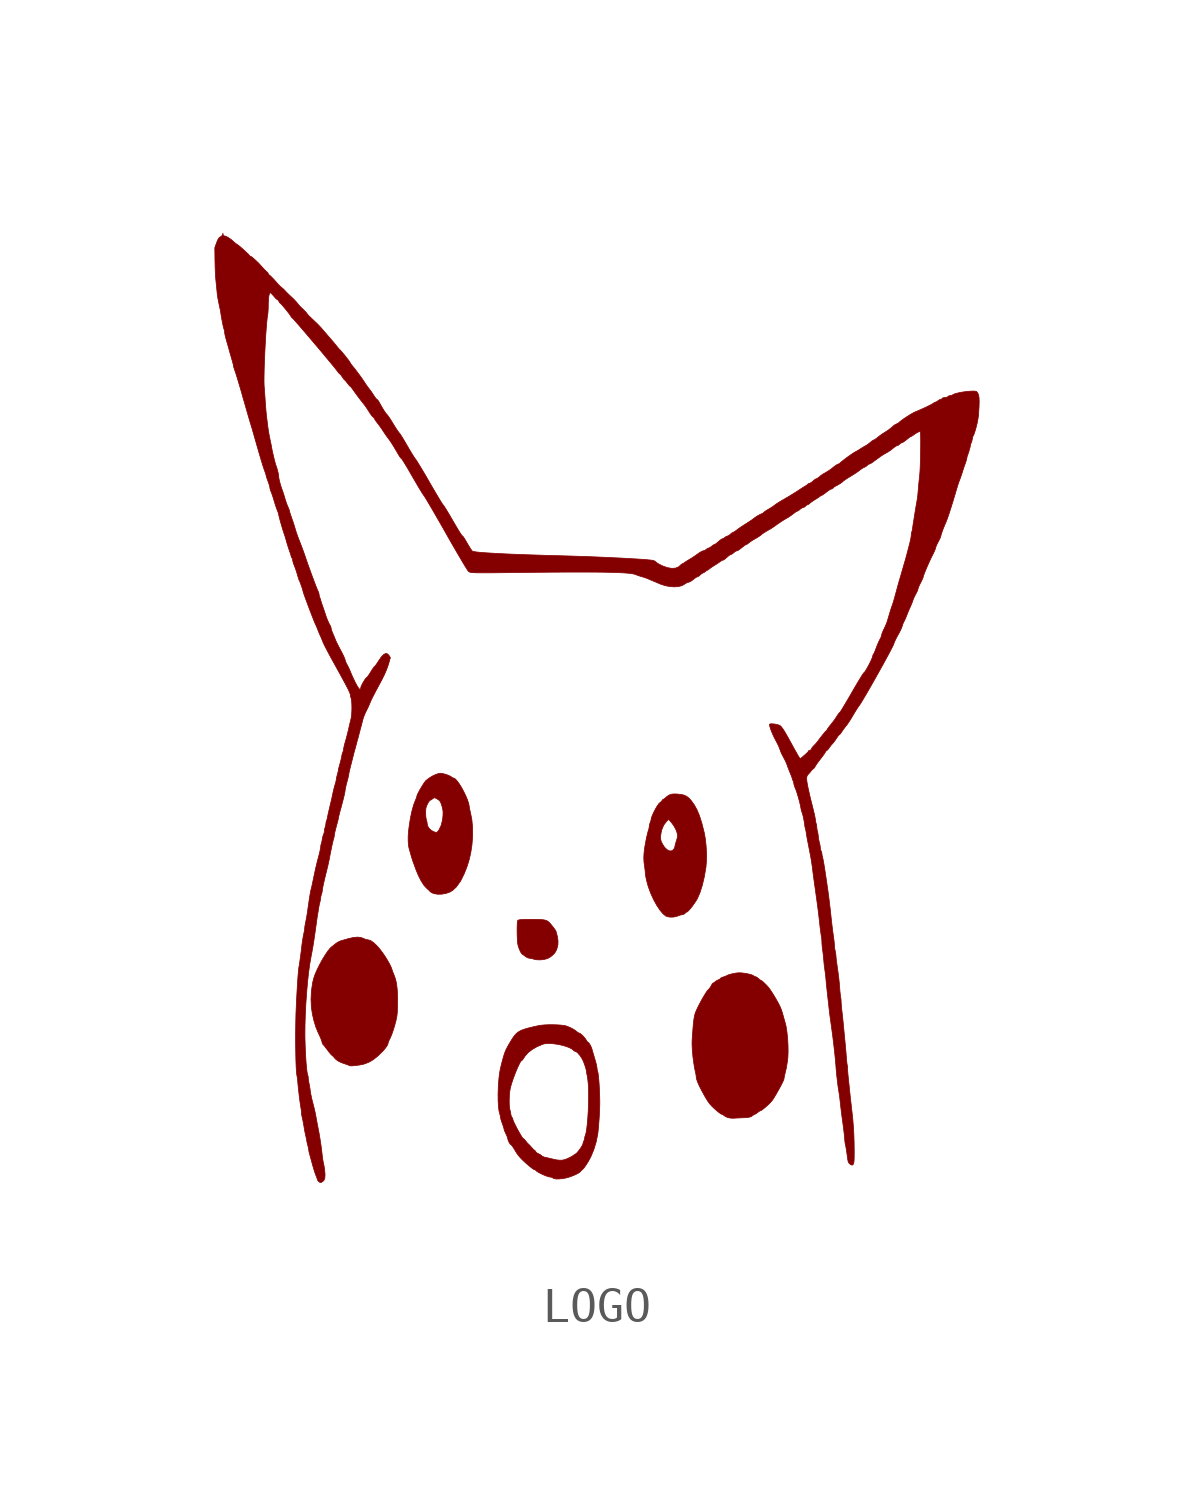
<source format=kicad_sym>
(kicad_symbol_lib
  (version 20210619)
  (generator bitmap2component)
  (symbol "LOGO"
    (pin_names
      (offset 1.016))
    (property "Reference" "#G"
      (at 0 14.36 0)
      (effects (font (size 1.27 1.27)) hide))
    (symbol "LOGO_0_0"
      (polyline (pts (xy -8.028 -13.975) (xy -7.985 -13.952) (xy -7.949 -13.916) (xy -7.922 -13.845) (xy -7.917 -13.74) (xy -7.93 -13.598) (xy -7.942 -13.521) (xy -7.957 -13.437) (xy -7.969 -13.386) (xy -7.973 -13.368) (xy -7.985 -13.298) (xy -7.996 -13.212) (xy -8.012 -13.068) (xy -8.035 -12.892) (xy -8.063 -12.71) (xy -8.091 -12.542) (xy -8.117 -12.406) (xy -8.117 -12.405) (xy -8.135 -12.317) (xy -8.156 -12.203) (xy -8.177 -12.086) (xy -8.178 -12.08) (xy -8.203 -11.951) (xy -8.236 -11.808) (xy -8.269 -11.68) (xy -8.275 -11.659) (xy -8.304 -11.541) (xy -8.328 -11.425) (xy -8.343 -11.333) (xy -8.349 -11.284) (xy -8.365 -11.185) (xy -8.38 -11.108) (xy -8.38 -11.108) (xy -8.395 -11.03) (xy -8.402 -10.96) (xy -8.405 -10.915) (xy -8.419 -10.865) (xy -8.426 -10.847) (xy -8.438 -10.777) (xy -8.451 -10.665) (xy -8.464 -10.523) (xy -8.475 -10.356) (xy -8.485 -10.175) (xy -8.492 -9.989) (xy -8.497 -9.805) (xy -8.498 -9.632) (xy -8.496 -9.445) (xy -8.487 -9.133) (xy -8.471 -8.813) (xy -8.449 -8.494) (xy -8.422 -8.188) (xy -8.391 -7.904) (xy -8.356 -7.652) (xy -8.319 -7.444) (xy -8.299 -7.341) (xy -8.27 -7.179) (xy -8.24 -6.993) (xy -8.211 -6.796) (xy -8.184 -6.604) (xy -8.17 -6.502) (xy -8.154 -6.387) (xy -8.141 -6.296) (xy -8.133 -6.243) (xy -8.129 -6.224) (xy -8.116 -6.146) (xy -8.102 -6.056) (xy -8.097 -6.028) (xy -8.08 -5.936) (xy -8.062 -5.866) (xy -8.048 -5.805) (xy -8.041 -5.746) (xy -8.036 -5.706) (xy -8.019 -5.644) (xy -8.005 -5.604) (xy -7.997 -5.552) (xy -7.995 -5.529) (xy -7.982 -5.45) (xy -7.957 -5.33) (xy -7.92 -5.172) (xy -7.873 -4.981) (xy -7.861 -4.932) (xy -7.833 -4.814) (xy -7.81 -4.709) (xy -7.794 -4.634) (xy -7.772 -4.515) (xy -7.747 -4.389) (xy -7.722 -4.268) (xy -7.699 -4.163) (xy -7.68 -4.085) (xy -7.669 -4.047) (xy -7.668 -4.045) (xy -7.655 -3.995) (xy -7.644 -3.924) (xy -7.632 -3.854) (xy -7.609 -3.759) (xy -7.582 -3.658) (xy -7.579 -3.646) (xy -7.555 -3.559) (xy -7.538 -3.491) (xy -7.532 -3.457) (xy -7.531 -3.453) (xy -7.523 -3.41) (xy -7.505 -3.336) (xy -7.481 -3.243) (xy -7.467 -3.193) (xy -7.417 -3.007) (xy -7.38 -2.863) (xy -7.355 -2.757) (xy -7.341 -2.687) (xy -7.336 -2.646) (xy -7.336 -2.64) (xy -7.327 -2.587) (xy -7.309 -2.505) (xy -7.284 -2.409) (xy -7.278 -2.387) (xy -7.254 -2.296) (xy -7.238 -2.225) (xy -7.231 -2.188) (xy -7.227 -2.158) (xy -7.213 -2.091) (xy -7.193 -2.006) (xy -7.186 -1.978) (xy -7.147 -1.827) (xy -7.119 -1.715) (xy -7.098 -1.633) (xy -7.083 -1.574) (xy -7.07 -1.522) (xy -7.054 -1.467) (xy -7.05 -1.456) (xy -7.034 -1.397) (xy -7.014 -1.321) (xy -7.008 -1.296) (xy -6.989 -1.223) (xy -6.975 -1.174) (xy -6.962 -1.133) (xy -6.945 -1.067) (xy -6.933 -1.019) (xy -6.911 -0.935) (xy -6.886 -0.84) (xy -6.865 -0.761) (xy -6.839 -0.662) (xy -6.82 -0.587) (xy -6.797 -0.52) (xy -6.762 -0.434) (xy -6.721 -0.347) (xy -6.679 -0.263) (xy -6.637 -0.169) (xy -6.605 -0.093) (xy -6.59 -0.057) (xy -6.553 0.02) (xy -6.503 0.118) (xy -6.444 0.231) (xy -6.38 0.349) (xy -6.373 0.362) (xy -6.279 0.538) (xy -6.204 0.689) (xy -6.145 0.824) (xy -6.098 0.951) (xy -6.059 1.079) (xy -6.03 1.187) (xy -6.069 1.247) (xy -6.103 1.287) (xy -6.157 1.306) (xy -6.22 1.278) (xy -6.292 1.204) (xy -6.375 1.083) (xy -6.388 1.061) (xy -6.431 0.996) (xy -6.465 0.951) (xy -6.483 0.934) (xy -6.488 0.931) (xy -6.513 0.901) (xy -6.551 0.846) (xy -6.596 0.774) (xy -6.615 0.743) (xy -6.658 0.677) (xy -6.692 0.63) (xy -6.711 0.613) (xy -6.712 0.613) (xy -6.736 0.592) (xy -6.771 0.543) (xy -6.811 0.478) (xy -6.848 0.41) (xy -6.876 0.351) (xy -6.886 0.312) (xy -6.889 0.283) (xy -6.907 0.266) (xy -6.938 0.291) (xy -6.983 0.356) (xy -7.039 0.46) (xy -7.058 0.498) (xy -7.107 0.601) (xy -7.151 0.699) (xy -7.182 0.774) (xy -7.197 0.811) (xy -7.24 0.906) (xy -7.282 0.986) (xy -7.3 1.018) (xy -7.326 1.078) (xy -7.337 1.119) (xy -7.337 1.12) (xy -7.347 1.155) (xy -7.375 1.219) (xy -7.415 1.303) (xy -7.465 1.397) (xy -7.515 1.492) (xy -7.562 1.584) (xy -7.598 1.658) (xy -7.618 1.704) (xy -7.628 1.731) (xy -7.658 1.805) (xy -7.692 1.884) (xy -7.71 1.926) (xy -7.733 1.992) (xy -7.742 2.036) (xy -7.747 2.067) (xy -7.768 2.113) (xy -7.771 2.116) (xy -7.802 2.173) (xy -7.841 2.259) (xy -7.88 2.358) (xy -7.912 2.455) (xy -7.928 2.502) (xy -7.958 2.593) (xy -7.991 2.686) (xy -8.014 2.751) (xy -8.034 2.815) (xy -8.042 2.849) (xy -8.045 2.869) (xy -8.064 2.908) (xy -8.076 2.934) (xy -8.087 2.995) (xy -8.095 3.047) (xy -8.119 3.106) (xy -8.134 3.138) (xy -8.164 3.212) (xy -8.204 3.315) (xy -8.252 3.442) (xy -8.304 3.582) (xy -8.357 3.728) (xy -8.409 3.873) (xy -8.456 4.006) (xy -8.495 4.122) (xy -8.509 4.163) (xy -8.552 4.283) (xy -8.601 4.414) (xy -8.648 4.536) (xy -8.671 4.594) (xy -8.714 4.709) (xy -8.751 4.815) (xy -8.775 4.896) (xy -8.776 4.898) (xy -8.803 4.989) (xy -8.839 5.101) (xy -8.877 5.208) (xy -8.885 5.23) (xy -8.914 5.314) (xy -8.934 5.379) (xy -8.942 5.413) (xy -8.942 5.417) (xy -8.954 5.458) (xy -8.977 5.514) (xy -9.012 5.596) (xy -9.057 5.722) (xy -9.092 5.841) (xy -9.1 5.868) (xy -9.123 5.941) (xy -9.152 6.022) (xy -9.154 6.027) (xy -9.194 6.142) (xy -9.226 6.257) (xy -9.249 6.357) (xy -9.257 6.428) (xy -9.258 6.441) (xy -9.268 6.507) (xy -9.289 6.593) (xy -9.314 6.681) (xy -9.339 6.75) (xy -9.341 6.755) (xy -9.356 6.806) (xy -9.378 6.889) (xy -9.402 6.989) (xy -9.426 7.091) (xy -9.446 7.181) (xy -9.457 7.244) (xy -9.458 7.246) (xy -9.467 7.3) (xy -9.484 7.385) (xy -9.505 7.484) (xy -9.518 7.546) (xy -9.537 7.645) (xy -9.553 7.74) (xy -9.569 7.849) (xy -9.587 7.991) (xy -9.589 8.011) (xy -9.609 8.176) (xy -9.623 8.318) (xy -9.635 8.461) (xy -9.647 8.631) (xy -9.651 8.695) (xy -9.66 8.824) (xy -9.668 8.938) (xy -9.675 9.018) (xy -9.677 9.044) (xy -9.68 9.15) (xy -9.679 9.297) (xy -9.676 9.474) (xy -9.67 9.674) (xy -9.661 9.889) (xy -9.651 10.109) (xy -9.639 10.327) (xy -9.627 10.534) (xy -9.613 10.721) (xy -9.6 10.88) (xy -9.587 11.003) (xy -9.574 11.081) (xy -9.573 11.088) (xy -9.565 11.157) (xy -9.559 11.257) (xy -9.557 11.369) (xy -9.556 11.431) (xy -9.549 11.565) (xy -9.534 11.661) (xy -9.513 11.715) (xy -9.487 11.721) (xy -9.47 11.706) (xy -9.433 11.666) (xy -9.388 11.615) (xy -9.354 11.576) (xy -9.317 11.54) (xy -9.295 11.526) (xy -9.276 11.513) (xy -9.249 11.473) (xy -9.228 11.437) (xy -9.21 11.419) (xy -9.2 11.413) (xy -9.169 11.381) (xy -9.124 11.33) (xy -9.071 11.267) (xy -9.017 11.2) (xy -8.967 11.136) (xy -8.927 11.082) (xy -8.905 11.047) (xy -8.882 11.011) (xy -8.859 10.992) (xy -8.859 10.992) (xy -8.843 10.977) (xy -8.805 10.936) (xy -8.748 10.871) (xy -8.674 10.787) (xy -8.588 10.687) (xy -8.491 10.574) (xy -8.386 10.451) (xy -8.277 10.323) (xy -8.166 10.192) (xy -8.056 10.062) (xy -7.95 9.935) (xy -7.852 9.817) (xy -7.763 9.71) (xy -7.686 9.617) (xy -7.625 9.542) (xy -7.583 9.488) (xy -7.561 9.459) (xy -7.561 9.459) (xy -7.526 9.411) (xy -7.494 9.381) (xy -7.485 9.376) (xy -7.451 9.339) (xy -7.414 9.285) (xy -7.4 9.263) (xy -7.37 9.221) (xy -7.352 9.205) (xy -7.34 9.196) (xy -7.309 9.162) (xy -7.27 9.111) (xy -7.24 9.072) (xy -7.206 9.033) (xy -7.187 9.018) (xy -7.176 9.01) (xy -7.147 8.976) (xy -7.109 8.924) (xy -7.095 8.904) (xy -7.024 8.804) (xy -6.945 8.697) (xy -6.868 8.597) (xy -6.804 8.517) (xy -6.797 8.509) (xy -6.754 8.451) (xy -6.701 8.374) (xy -6.648 8.292) (xy -6.631 8.264) (xy -6.587 8.2) (xy -6.553 8.155) (xy -6.534 8.138) (xy -6.514 8.123) (xy -6.487 8.081) (xy -6.474 8.057) (xy -6.436 8.001) (xy -6.391 7.944) (xy -6.385 7.935) (xy -6.337 7.873) (xy -6.281 7.793) (xy -6.226 7.71) (xy -6.212 7.689) (xy -6.161 7.613) (xy -6.115 7.548) (xy -6.083 7.507) (xy -6.083 7.506) (xy -6.047 7.459) (xy -5.995 7.381) (xy -5.932 7.28) (xy -5.862 7.163) (xy -5.789 7.037) (xy -5.766 7) (xy -5.734 6.955) (xy -5.712 6.937) (xy -5.712 6.937) (xy -5.696 6.917) (xy -5.661 6.865) (xy -5.611 6.785) (xy -5.549 6.682) (xy -5.478 6.561) (xy -5.401 6.426) (xy -5.323 6.293) (xy -5.248 6.164) (xy -5.18 6.05) (xy -5.123 5.957) (xy -5.08 5.891) (xy -5.056 5.857) (xy -5.047 5.845) (xy -5.016 5.796) (xy -4.968 5.716) (xy -4.903 5.607) (xy -4.824 5.473) (xy -4.735 5.318) (xy -4.636 5.146) (xy -4.529 4.961) (xy -4.418 4.765) (xy -4.358 4.658) (xy -4.249 4.468) (xy -4.146 4.289) (xy -4.051 4.127) (xy -3.967 3.984) (xy -3.895 3.864) (xy -3.838 3.771) (xy -3.798 3.708) (xy -3.777 3.68) (xy -3.772 3.675) (xy -3.76 3.666) (xy -3.747 3.659) (xy -3.73 3.652) (xy -3.706 3.647) (xy -3.674 3.642) (xy -3.632 3.639) (xy -3.578 3.636) (xy -3.51 3.635) (xy -3.426 3.634) (xy -3.324 3.634) (xy -3.201 3.634) (xy -3.057 3.635) (xy -2.888 3.637) (xy -2.694 3.639) (xy -2.471 3.642) (xy -2.425 3.642) (xy -2.029 3.647) (xy -1.661 3.65) (xy -1.322 3.653) (xy -1.01 3.655) (xy -0.723 3.656) (xy -0.462 3.656) (xy -0.225 3.655) (xy -0.011 3.654) (xy 0.18 3.651) (xy 0.35 3.647) (xy 0.5 3.643) (xy 0.63 3.637) (xy 0.742 3.631) (xy 0.836 3.623) (xy 0.914 3.615) (xy 0.976 3.605) (xy 1.024 3.594) (xy 1.058 3.583) (xy 1.058 3.583) (xy 1.103 3.564) (xy 1.165 3.543) (xy 1.23 3.523) (xy 1.232 3.523) (xy 1.295 3.504) (xy 1.354 3.484) (xy 1.395 3.468) (xy 1.434 3.451) (xy 1.491 3.427) (xy 1.553 3.401) (xy 1.609 3.378) (xy 1.681 3.348) (xy 1.74 3.322) (xy 1.778 3.306) (xy 1.91 3.263) (xy 2.042 3.238) (xy 2.17 3.229) (xy 2.287 3.237) (xy 2.387 3.262) (xy 2.466 3.305) (xy 2.491 3.323) (xy 2.542 3.351) (xy 2.582 3.362) (xy 2.615 3.372) (xy 2.666 3.401) (xy 2.721 3.442) (xy 2.772 3.482) (xy 2.817 3.511) (xy 2.845 3.522) (xy 2.849 3.522) (xy 2.882 3.54) (xy 2.922 3.575) (xy 2.929 3.582) (xy 2.968 3.615) (xy 2.997 3.629) (xy 3.028 3.64) (xy 3.066 3.669) (xy 3.067 3.669) (xy 3.102 3.697) (xy 3.126 3.709) (xy 3.15 3.72) (xy 3.184 3.747) (xy 3.189 3.751) (xy 3.227 3.78) (xy 3.281 3.817) (xy 3.342 3.855) (xy 3.352 3.861) (xy 3.414 3.9) (xy 3.468 3.937) (xy 3.506 3.964) (xy 3.507 3.965) (xy 3.548 3.991) (xy 3.582 4.002) (xy 3.603 4.01) (xy 3.644 4.039) (xy 3.692 4.082) (xy 3.731 4.117) (xy 3.775 4.149) (xy 3.804 4.162) (xy 3.811 4.163) (xy 3.847 4.181) (xy 3.89 4.216) (xy 3.901 4.226) (xy 3.943 4.257) (xy 3.975 4.269) (xy 3.979 4.269) (xy 3.996 4.273) (xy 4.019 4.285) (xy 4.054 4.309) (xy 4.106 4.348) (xy 4.179 4.407) (xy 4.196 4.419) (xy 4.235 4.445) (xy 4.26 4.456) (xy 4.284 4.466) (xy 4.319 4.495) (xy 4.336 4.509) (xy 4.381 4.541) (xy 4.441 4.579) (xy 4.508 4.619) (xy 4.555 4.645) (xy 4.612 4.681) (xy 4.654 4.709) (xy 4.675 4.726) (xy 4.688 4.739) (xy 4.728 4.769) (xy 4.787 4.808) (xy 4.858 4.851) (xy 4.936 4.894) (xy 4.956 4.906) (xy 5.011 4.941) (xy 5.077 4.987) (xy 5.146 5.036) (xy 5.175 5.056) (xy 5.255 5.111) (xy 5.335 5.162) (xy 5.401 5.201) (xy 5.467 5.239) (xy 5.543 5.29) (xy 5.608 5.339) (xy 5.658 5.377) (xy 5.7 5.405) (xy 5.724 5.416) (xy 5.732 5.418) (xy 5.765 5.436) (xy 5.806 5.47) (xy 5.819 5.481) (xy 5.865 5.511) (xy 5.9 5.523) (xy 5.926 5.53) (xy 5.965 5.562) (xy 5.988 5.586) (xy 6.024 5.602) (xy 6.048 5.61) (xy 6.084 5.639) (xy 6.089 5.645) (xy 6.123 5.673) (xy 6.174 5.709) (xy 6.234 5.747) (xy 6.251 5.757) (xy 6.308 5.793) (xy 6.354 5.824) (xy 6.38 5.844) (xy 6.396 5.857) (xy 6.427 5.87) (xy 6.431 5.871) (xy 6.461 5.888) (xy 6.507 5.92) (xy 6.563 5.963) (xy 6.579 5.976) (xy 6.636 6.017) (xy 6.683 6.046) (xy 6.712 6.056) (xy 6.734 6.062) (xy 6.761 6.085) (xy 6.763 6.087) (xy 6.789 6.113) (xy 6.828 6.137) (xy 6.854 6.149) (xy 6.915 6.183) (xy 6.974 6.219) (xy 7.021 6.253) (xy 7.048 6.279) (xy 7.051 6.282) (xy 7.078 6.303) (xy 7.126 6.336) (xy 7.189 6.377) (xy 7.262 6.421) (xy 7.27 6.426) (xy 7.349 6.475) (xy 7.425 6.524) (xy 7.488 6.567) (xy 7.53 6.6) (xy 7.557 6.621) (xy 7.613 6.659) (xy 7.661 6.682) (xy 7.667 6.684) (xy 7.713 6.709) (xy 7.748 6.739) (xy 7.772 6.762) (xy 7.804 6.777) (xy 7.806 6.777) (xy 7.839 6.789) (xy 7.88 6.814) (xy 7.904 6.832) (xy 7.956 6.87) (xy 8.012 6.91) (xy 8.046 6.935) (xy 8.1 6.974) (xy 8.139 7.003) (xy 8.142 7.005) (xy 8.18 7.03) (xy 8.236 7.064) (xy 8.297 7.098) (xy 8.363 7.137) (xy 8.435 7.187) (xy 8.495 7.235) (xy 8.537 7.269) (xy 8.584 7.299) (xy 8.616 7.311) (xy 8.642 7.318) (xy 8.68 7.35) (xy 8.703 7.373) (xy 8.737 7.39) (xy 8.752 7.393) (xy 8.776 7.404) (xy 8.812 7.428) (xy 8.864 7.467) (xy 8.938 7.526) (xy 8.958 7.541) (xy 8.996 7.567) (xy 9.019 7.577) (xy 9.02 7.577) (xy 9.045 7.589) (xy 9.082 7.615) (xy 9.105 7.632) (xy 9.167 7.674) (xy 9.222 7.703) (xy 9.261 7.715) (xy 9.28 7.708) (xy 9.285 7.666) (xy 9.288 7.581) (xy 9.289 7.461) (xy 9.289 7.318) (xy 9.287 7.159) (xy 9.284 6.996) (xy 9.28 6.837) (xy 9.275 6.692) (xy 9.269 6.571) (xy 9.262 6.483) (xy 9.261 6.468) (xy 9.247 6.337) (xy 9.237 6.239) (xy 9.229 6.156) (xy 9.222 6.07) (xy 9.213 5.963) (xy 9.207 5.893) (xy 9.195 5.794) (xy 9.184 5.723) (xy 9.18 5.703) (xy 9.166 5.625) (xy 9.148 5.519) (xy 9.129 5.403) (xy 9.121 5.354) (xy 9.103 5.24) (xy 9.088 5.144) (xy 9.078 5.083) (xy 9.066 5.007) (xy 9.054 4.916) (xy 9.054 4.912) (xy 9.043 4.849) (xy 9.031 4.815) (xy 9.022 4.791) (xy 9.017 4.735) (xy 9.017 4.724) (xy 9.008 4.651) (xy 8.992 4.57) (xy 8.99 4.561) (xy 8.969 4.475) (xy 8.942 4.37) (xy 8.913 4.259) (xy 8.886 4.156) (xy 8.864 4.075) (xy 8.851 4.029) (xy 8.843 3.999) (xy 8.822 3.929) (xy 8.794 3.833) (xy 8.762 3.722) (xy 8.735 3.629) (xy 8.706 3.529) (xy 8.684 3.454) (xy 8.672 3.415) (xy 8.671 3.412) (xy 8.658 3.366) (xy 8.635 3.284) (xy 8.606 3.177) (xy 8.573 3.055) (xy 8.567 3.034) (xy 8.534 2.913) (xy 8.504 2.809) (xy 8.48 2.732) (xy 8.467 2.694) (xy 8.467 2.693) (xy 8.457 2.671) (xy 8.445 2.634) (xy 8.426 2.577) (xy 8.4 2.492) (xy 8.365 2.374) (xy 8.317 2.215) (xy 8.3 2.168) (xy 8.268 2.094) (xy 8.23 2.014) (xy 8.197 1.944) (xy 8.171 1.879) (xy 8.162 1.839) (xy 8.161 1.827) (xy 8.144 1.777) (xy 8.115 1.719) (xy 8.112 1.715) (xy 8.08 1.65) (xy 8.04 1.559) (xy 8.002 1.461) (xy 7.993 1.436) (xy 7.962 1.357) (xy 7.937 1.302) (xy 7.923 1.281) (xy 7.913 1.267) (xy 7.901 1.221) (xy 7.895 1.197) (xy 7.871 1.137) (xy 7.835 1.059) (xy 7.791 0.973) (xy 7.745 0.889) (xy 7.703 0.817) (xy 7.669 0.766) (xy 7.648 0.747) (xy 7.644 0.744) (xy 7.62 0.712) (xy 7.579 0.648) (xy 7.524 0.558) (xy 7.456 0.446) (xy 7.38 0.316) (xy 7.298 0.174) (xy 7.263 0.113) (xy 7.183 -0.025) (xy 7.11 -0.147) (xy 7.048 -0.251) (xy 6.999 -0.331) (xy 6.966 -0.382) (xy 6.951 -0.4) (xy 6.937 -0.41) (xy 6.906 -0.45) (xy 6.868 -0.508) (xy 6.868 -0.508) (xy 6.822 -0.579) (xy 6.763 -0.66) (xy 6.705 -0.734) (xy 6.695 -0.746) (xy 6.646 -0.807) (xy 6.607 -0.86) (xy 6.586 -0.893) (xy 6.574 -0.916) (xy 6.555 -0.934) (xy 6.555 -0.934) (xy 6.535 -0.952) (xy 6.496 -0.998) (xy 6.441 -1.066) (xy 6.375 -1.152) (xy 6.3 -1.251) (xy 6.291 -1.263) (xy 6.248 -1.312) (xy 6.2 -1.36) (xy 6.183 -1.378) (xy 6.148 -1.421) (xy 6.13 -1.456) (xy 6.116 -1.48) (xy 6.084 -1.494) (xy 6.059 -1.499) (xy 6.046 -1.514) (xy 6.046 -1.515) (xy 6.04 -1.529) (xy 6.022 -1.551) (xy 5.987 -1.585) (xy 5.933 -1.633) (xy 5.854 -1.701) (xy 5.851 -1.705) (xy 5.823 -1.725) (xy 5.803 -1.724) (xy 5.779 -1.698) (xy 5.744 -1.639) (xy 5.728 -1.61) (xy 5.683 -1.53) (xy 5.629 -1.434) (xy 5.576 -1.337) (xy 5.556 -1.301) (xy 5.469 -1.142) (xy 5.398 -1.017) (xy 5.342 -0.923) (xy 5.296 -0.855) (xy 5.26 -0.809) (xy 5.229 -0.78) (xy 5.201 -0.766) (xy 5.159 -0.753) (xy 5.09 -0.737) (xy 5.026 -0.729) (xy 4.972 -0.727) (xy 4.935 -0.732) (xy 4.921 -0.746) (xy 4.93 -0.801) (xy 4.956 -0.886) (xy 4.997 -0.989) (xy 5.047 -1.101) (xy 5.103 -1.21) (xy 5.125 -1.25) (xy 5.17 -1.34) (xy 5.206 -1.42) (xy 5.226 -1.476) (xy 5.247 -1.535) (xy 5.283 -1.614) (xy 5.326 -1.694) (xy 5.366 -1.77) (xy 5.404 -1.849) (xy 5.428 -1.911) (xy 5.448 -1.968) (xy 5.481 -2.054) (xy 5.517 -2.143) (xy 5.519 -2.147) (xy 5.55 -2.224) (xy 5.573 -2.285) (xy 5.581 -2.317) (xy 5.585 -2.336) (xy 5.604 -2.375) (xy 5.615 -2.399) (xy 5.626 -2.457) (xy 5.627 -2.471) (xy 5.642 -2.528) (xy 5.669 -2.594) (xy 5.686 -2.634) (xy 5.718 -2.728) (xy 5.753 -2.846) (xy 5.787 -2.969) (xy 5.814 -3.082) (xy 5.83 -3.168) (xy 5.841 -3.226) (xy 5.859 -3.282) (xy 5.863 -3.29) (xy 5.883 -3.355) (xy 5.905 -3.448) (xy 5.924 -3.55) (xy 5.937 -3.642) (xy 5.946 -3.705) (xy 5.957 -3.75) (xy 5.96 -3.757) (xy 5.972 -3.809) (xy 5.984 -3.883) (xy 5.985 -3.891) (xy 6.001 -3.99) (xy 6.017 -4.082) (xy 6.024 -4.115) (xy 6.043 -4.21) (xy 6.062 -4.309) (xy 6.07 -4.352) (xy 6.09 -4.453) (xy 6.106 -4.536) (xy 6.12 -4.612) (xy 6.142 -4.748) (xy 6.159 -4.869) (xy 6.164 -4.91) (xy 6.177 -5.016) (xy 6.193 -5.14) (xy 6.214 -5.291) (xy 6.241 -5.483) (xy 6.25 -5.546) (xy 6.277 -5.745) (xy 6.3 -5.908) (xy 6.318 -6.046) (xy 6.334 -6.173) (xy 6.349 -6.3) (xy 6.365 -6.439) (xy 6.383 -6.604) (xy 6.396 -6.705) (xy 6.409 -6.801) (xy 6.42 -6.865) (xy 6.421 -6.869) (xy 6.432 -6.95) (xy 6.436 -7.041) (xy 6.437 -7.073) (xy 6.445 -7.172) (xy 6.457 -7.272) (xy 6.464 -7.316) (xy 6.478 -7.436) (xy 6.489 -7.551) (xy 6.493 -7.605) (xy 6.503 -7.705) (xy 6.513 -7.781) (xy 6.523 -7.85) (xy 6.538 -7.967) (xy 6.552 -8.1) (xy 6.563 -8.231) (xy 6.567 -8.267) (xy 6.576 -8.353) (xy 6.588 -8.466) (xy 6.602 -8.591) (xy 6.611 -8.672) (xy 6.626 -8.801) (xy 6.638 -8.914) (xy 6.647 -8.991) (xy 6.649 -9.012) (xy 6.662 -9.12) (xy 6.675 -9.218) (xy 6.682 -9.267) (xy 6.716 -9.511) (xy 6.75 -9.764) (xy 6.78 -10.012) (xy 6.806 -10.246) (xy 6.827 -10.452) (xy 6.841 -10.619) (xy 6.848 -10.716) (xy 6.864 -10.885) (xy 6.884 -11.058) (xy 6.904 -11.216) (xy 6.923 -11.339) (xy 6.932 -11.394) (xy 6.948 -11.507) (xy 6.961 -11.619) (xy 6.967 -11.674) (xy 6.984 -11.824) (xy 7.002 -11.976) (xy 7.026 -12.153) (xy 7.032 -12.197) (xy 7.052 -12.347) (xy 7.07 -12.49) (xy 7.084 -12.614) (xy 7.093 -12.709) (xy 7.097 -12.763) (xy 7.097 -12.764) (xy 7.103 -12.824) (xy 7.118 -12.896) (xy 7.119 -12.902) (xy 7.133 -12.974) (xy 7.149 -13.076) (xy 7.165 -13.188) (xy 7.166 -13.199) (xy 7.18 -13.303) (xy 7.193 -13.368) (xy 7.21 -13.408) (xy 7.232 -13.434) (xy 7.27 -13.462) (xy 7.304 -13.474) (xy 7.313 -13.473) (xy 7.337 -13.459) (xy 7.354 -13.421) (xy 7.364 -13.353) (xy 7.368 -13.246) (xy 7.369 -13.093) (xy 7.366 -12.834) (xy 7.359 -12.597) (xy 7.346 -12.378) (xy 7.329 -12.16) (xy 7.304 -11.926) (xy 7.298 -11.88) (xy 7.282 -11.733) (xy 7.266 -11.598) (xy 7.254 -11.489) (xy 7.247 -11.419) (xy 7.241 -11.364) (xy 7.23 -11.259) (xy 7.217 -11.13) (xy 7.203 -10.996) (xy 7.191 -10.882) (xy 7.182 -10.78) (xy 7.177 -10.709) (xy 7.177 -10.679) (xy 7.178 -10.651) (xy 7.169 -10.596) (xy 7.16 -10.546) (xy 7.15 -10.455) (xy 7.141 -10.352) (xy 7.136 -10.274) (xy 7.124 -10.133) (xy 7.112 -10.005) (xy 7.105 -9.93) (xy 7.093 -9.803) (xy 7.079 -9.657) (xy 7.065 -9.512) (xy 7.054 -9.396) (xy 7.039 -9.248) (xy 7.025 -9.114) (xy 7.013 -9.014) (xy 7.003 -8.922) (xy 6.995 -8.825) (xy 6.991 -8.756) (xy 6.987 -8.685) (xy 6.975 -8.6) (xy 6.974 -8.597) (xy 6.965 -8.531) (xy 6.955 -8.434) (xy 6.947 -8.324) (xy 6.941 -8.243) (xy 6.927 -8.108) (xy 6.909 -7.957) (xy 6.888 -7.81) (xy 6.871 -7.686) (xy 6.855 -7.569) (xy 6.845 -7.477) (xy 6.841 -7.423) (xy 6.835 -7.361) (xy 6.819 -7.284) (xy 6.804 -7.211) (xy 6.797 -7.126) (xy 6.796 -7.091) (xy 6.787 -6.998) (xy 6.774 -6.899) (xy 6.768 -6.857) (xy 6.75 -6.727) (xy 6.73 -6.566) (xy 6.71 -6.391) (xy 6.691 -6.217) (xy 6.683 -6.139) (xy 6.668 -6.012) (xy 6.651 -5.868) (xy 6.633 -5.725) (xy 6.617 -5.603) (xy 6.598 -5.471) (xy 6.568 -5.259) (xy 6.539 -5.065) (xy 6.513 -4.895) (xy 6.49 -4.757) (xy 6.472 -4.657) (xy 6.46 -4.602) (xy 6.46 -4.6) (xy 6.443 -4.532) (xy 6.436 -4.479) (xy 6.433 -4.451) (xy 6.414 -4.402) (xy 6.401 -4.374) (xy 6.391 -4.312) (xy 6.39 -4.297) (xy 6.38 -4.228) (xy 6.361 -4.149) (xy 6.355 -4.125) (xy 6.338 -4.042) (xy 6.331 -3.975) (xy 6.325 -3.917) (xy 6.309 -3.842) (xy 6.295 -3.783) (xy 6.287 -3.704) (xy 6.283 -3.652) (xy 6.273 -3.617) (xy 6.271 -3.615) (xy 6.26 -3.576) (xy 6.25 -3.51) (xy 6.245 -3.476) (xy 6.235 -3.419) (xy 6.219 -3.342) (xy 6.194 -3.238) (xy 6.16 -3.1) (xy 6.115 -2.921) (xy 6.107 -2.889) (xy 6.086 -2.802) (xy 6.065 -2.708) (xy 6.042 -2.606) (xy 6.015 -2.471) (xy 5.999 -2.372) (xy 5.994 -2.301) (xy 6.001 -2.251) (xy 6.018 -2.214) (xy 6.046 -2.181) (xy 6.051 -2.176) (xy 6.096 -2.126) (xy 6.134 -2.078) (xy 6.164 -2.043) (xy 6.188 -2.028) (xy 6.19 -2.027) (xy 6.213 -2.005) (xy 6.242 -1.958) (xy 6.251 -1.943) (xy 6.287 -1.887) (xy 6.337 -1.818) (xy 6.392 -1.746) (xy 6.414 -1.718) (xy 6.466 -1.649) (xy 6.508 -1.589) (xy 6.533 -1.549) (xy 6.557 -1.512) (xy 6.581 -1.494) (xy 6.587 -1.492) (xy 6.615 -1.465) (xy 6.649 -1.418) (xy 6.658 -1.405) (xy 6.702 -1.345) (xy 6.744 -1.299) (xy 6.767 -1.274) (xy 6.811 -1.216) (xy 6.856 -1.149) (xy 6.888 -1.101) (xy 6.922 -1.057) (xy 6.942 -1.041) (xy 6.948 -1.038) (xy 6.975 -1.009) (xy 7.009 -0.959) (xy 7.034 -0.921) (xy 7.084 -0.852) (xy 7.136 -0.786) (xy 7.157 -0.76) (xy 7.209 -0.685) (xy 7.268 -0.593) (xy 7.325 -0.498) (xy 7.351 -0.452) (xy 7.412 -0.353) (xy 7.47 -0.262) (xy 7.518 -0.194) (xy 7.522 -0.189) (xy 7.558 -0.135) (xy 7.609 -0.051) (xy 7.674 0.058) (xy 7.75 0.187) (xy 7.833 0.332) (xy 7.922 0.488) (xy 8.013 0.649) (xy 8.104 0.812) (xy 8.193 0.971) (xy 8.275 1.122) (xy 8.35 1.26) (xy 8.414 1.38) (xy 8.464 1.477) (xy 8.498 1.546) (xy 8.513 1.583) (xy 8.519 1.603) (xy 8.547 1.671) (xy 8.588 1.754) (xy 8.635 1.841) (xy 8.656 1.877) (xy 8.701 1.964) (xy 8.736 2.04) (xy 8.755 2.094) (xy 8.755 2.095) (xy 8.78 2.171) (xy 8.814 2.241) (xy 8.818 2.247) (xy 8.853 2.32) (xy 8.885 2.401) (xy 8.905 2.453) (xy 8.941 2.541) (xy 8.98 2.628) (xy 9.009 2.694) (xy 9.043 2.778) (xy 9.066 2.841) (xy 9.078 2.877) (xy 9.111 2.952) (xy 9.151 3.027) (xy 9.176 3.073) (xy 9.202 3.131) (xy 9.212 3.169) (xy 9.212 3.171) (xy 9.223 3.209) (xy 9.25 3.272) (xy 9.287 3.346) (xy 9.291 3.354) (xy 9.327 3.425) (xy 9.352 3.482) (xy 9.362 3.512) (xy 9.362 3.517) (xy 9.375 3.562) (xy 9.403 3.637) (xy 9.443 3.734) (xy 9.49 3.844) (xy 9.541 3.959) (xy 9.593 4.07) (xy 9.642 4.168) (xy 9.651 4.184) (xy 9.687 4.26) (xy 9.712 4.322) (xy 9.722 4.358) (xy 9.722 4.359) (xy 9.733 4.397) (xy 9.76 4.458) (xy 9.797 4.531) (xy 9.8 4.536) (xy 9.836 4.607) (xy 9.862 4.664) (xy 9.872 4.696) (xy 9.873 4.707) (xy 9.888 4.76) (xy 9.914 4.837) (xy 9.948 4.928) (xy 9.985 5.018) (xy 10.019 5.096) (xy 10.025 5.11) (xy 10.058 5.194) (xy 10.102 5.322) (xy 10.156 5.49) (xy 10.22 5.694) (xy 10.291 5.931) (xy 10.296 5.95) (xy 10.334 6.076) (xy 10.362 6.167) (xy 10.384 6.235) (xy 10.404 6.29) (xy 10.425 6.345) (xy 10.437 6.375) (xy 10.468 6.465) (xy 10.498 6.558) (xy 10.508 6.593) (xy 10.544 6.701) (xy 10.579 6.798) (xy 10.594 6.841) (xy 10.614 6.906) (xy 10.622 6.946) (xy 10.629 6.987) (xy 10.648 7.044) (xy 10.675 7.118) (xy 10.7 7.204) (xy 10.72 7.279) (xy 10.727 7.326) (xy 10.73 7.347) (xy 10.749 7.389) (xy 10.766 7.431) (xy 10.78 7.499) (xy 10.792 7.558) (xy 10.809 7.597) (xy 10.816 7.607) (xy 10.839 7.664) (xy 10.867 7.753) (xy 10.897 7.861) (xy 10.924 7.974) (xy 10.944 8.08) (xy 10.956 8.164) (xy 10.963 8.247) (xy 10.975 8.44) (xy 10.979 8.589) (xy 10.974 8.699) (xy 10.961 8.774) (xy 10.959 8.779) (xy 10.932 8.839) (xy 10.901 8.873) (xy 10.895 8.876) (xy 10.848 8.883) (xy 10.778 8.884) (xy 10.694 8.879) (xy 10.601 8.87) (xy 10.505 8.857) (xy 10.413 8.84) (xy 10.332 8.822) (xy 10.268 8.803) (xy 10.227 8.783) (xy 10.184 8.761) (xy 10.134 8.751) (xy 10.131 8.751) (xy 10.095 8.743) (xy 10.075 8.725) (xy 10.067 8.716) (xy 10.036 8.703) (xy 9.992 8.698) (xy 9.967 8.696) (xy 9.929 8.687) (xy 9.909 8.671) (xy 9.896 8.655) (xy 9.865 8.645) (xy 9.829 8.633) (xy 9.787 8.605) (xy 9.75 8.577) (xy 9.717 8.565) (xy 9.696 8.559) (xy 9.659 8.536) (xy 9.643 8.524) (xy 9.599 8.498) (xy 9.536 8.466) (xy 9.459 8.428) (xy 9.375 8.389) (xy 9.288 8.35) (xy 9.206 8.314) (xy 9.133 8.284) (xy 9.132 8.284) (xy 9.087 8.262) (xy 9.024 8.227) (xy 8.952 8.183) (xy 8.876 8.135) (xy 8.803 8.086) (xy 8.739 8.04) (xy 8.69 8.003) (xy 8.664 7.978) (xy 8.663 7.976) (xy 8.636 7.956) (xy 8.597 7.937) (xy 8.594 7.936) (xy 8.552 7.916) (xy 8.522 7.896) (xy 8.456 7.838) (xy 8.357 7.76) (xy 8.257 7.695) (xy 8.197 7.658) (xy 8.12 7.604) (xy 8.053 7.552) (xy 8.051 7.55) (xy 8 7.51) (xy 7.958 7.481) (xy 7.934 7.471) (xy 7.917 7.464) (xy 7.878 7.438) (xy 7.831 7.4) (xy 7.794 7.37) (xy 7.743 7.332) (xy 7.704 7.309) (xy 7.703 7.309) (xy 7.666 7.288) (xy 7.613 7.256) (xy 7.554 7.219) (xy 7.494 7.181) (xy 7.437 7.148) (xy 7.396 7.126) (xy 7.382 7.119) (xy 7.338 7.091) (xy 7.279 7.051) (xy 7.211 7.003) (xy 7.14 6.952) (xy 7.073 6.901) (xy 7.016 6.856) (xy 6.974 6.822) (xy 6.955 6.801) (xy 6.944 6.789) (xy 6.912 6.777) (xy 6.899 6.774) (xy 6.859 6.753) (xy 6.798 6.71) (xy 6.714 6.643) (xy 6.678 6.616) (xy 6.619 6.577) (xy 6.551 6.535) (xy 6.489 6.5) (xy 6.473 6.491) (xy 6.417 6.453) (xy 6.362 6.409) (xy 6.34 6.39) (xy 6.298 6.361) (xy 6.271 6.35) (xy 6.257 6.346) (xy 6.22 6.321) (xy 6.175 6.283) (xy 6.149 6.26) (xy 6.103 6.229) (xy 6.071 6.217) (xy 6.048 6.212) (xy 6.023 6.192) (xy 6.021 6.19) (xy 5.995 6.166) (xy 5.956 6.141) (xy 5.931 6.127) (xy 5.877 6.094) (xy 5.821 6.057) (xy 5.797 6.04) (xy 5.718 5.989) (xy 5.623 5.929) (xy 5.519 5.865) (xy 5.415 5.803) (xy 5.319 5.747) (xy 5.314 5.745) (xy 5.201 5.678) (xy 5.109 5.618) (xy 5.034 5.562) (xy 4.997 5.536) (xy 4.943 5.502) (xy 4.883 5.467) (xy 4.879 5.464) (xy 4.825 5.432) (xy 4.782 5.402) (xy 4.759 5.381) (xy 4.756 5.378) (xy 4.726 5.355) (xy 4.684 5.335) (xy 4.652 5.321) (xy 4.585 5.285) (xy 4.517 5.242) (xy 4.463 5.202) (xy 4.459 5.198) (xy 4.421 5.17) (xy 4.354 5.125) (xy 4.261 5.064) (xy 4.141 4.988) (xy 4.126 4.978) (xy 4.076 4.944) (xy 4.018 4.903) (xy 3.942 4.846) (xy 3.93 4.837) (xy 3.891 4.812) (xy 3.866 4.803) (xy 3.861 4.801) (xy 3.831 4.783) (xy 3.792 4.749) (xy 3.781 4.739) (xy 3.737 4.708) (xy 3.702 4.695) (xy 3.671 4.685) (xy 3.631 4.656) (xy 3.598 4.631) (xy 3.562 4.617) (xy 3.538 4.608) (xy 3.495 4.578) (xy 3.446 4.536) (xy 3.404 4.499) (xy 3.363 4.468) (xy 3.338 4.456) (xy 3.329 4.454) (xy 3.295 4.435) (xy 3.252 4.402) (xy 3.235 4.389) (xy 3.191 4.36) (xy 3.159 4.348) (xy 3.13 4.338) (xy 3.091 4.309) (xy 3.057 4.284) (xy 3.01 4.27) (xy 3.001 4.269) (xy 2.961 4.252) (xy 2.905 4.22) (xy 2.845 4.178) (xy 2.837 4.173) (xy 2.763 4.12) (xy 2.685 4.068) (xy 2.618 4.027) (xy 2.559 3.992) (xy 2.504 3.957) (xy 2.466 3.931) (xy 2.463 3.929) (xy 2.426 3.905) (xy 2.403 3.895) (xy 2.397 3.894) (xy 2.369 3.873) (xy 2.331 3.837) (xy 2.291 3.804) (xy 2.205 3.77) (xy 2.099 3.763) (xy 1.977 3.783) (xy 1.843 3.83) (xy 1.78 3.86) (xy 1.718 3.892) (xy 1.673 3.92) (xy 1.649 3.941) (xy 1.641 3.949) (xy 1.605 3.975) (xy 1.559 3.993) (xy 1.522 3.999) (xy 1.455 4.006) (xy 1.362 4.015) (xy 1.246 4.024) (xy 1.11 4.033) (xy 0.955 4.042) (xy 0.784 4.052) (xy 0.6 4.062) (xy 0.404 4.071) (xy 0.199 4.081) (xy -0.013 4.09) (xy -0.228 4.099) (xy -0.446 4.107) (xy -0.664 4.114) (xy -0.878 4.121) (xy -1.088 4.127) (xy -1.285 4.132) (xy -1.604 4.141) (xy -1.903 4.151) (xy -2.182 4.16) (xy -2.439 4.17) (xy -2.675 4.18) (xy -2.888 4.191) (xy -3.077 4.201) (xy -3.241 4.211) (xy -3.38 4.221) (xy -3.492 4.231) (xy -3.577 4.242) (xy -3.633 4.252) (xy -3.661 4.261) (xy -3.677 4.279) (xy -3.714 4.331) (xy -3.76 4.405) (xy -3.811 4.492) (xy -3.848 4.557) (xy -3.891 4.628) (xy -3.924 4.677) (xy -3.941 4.695) (xy -3.946 4.697) (xy -3.96 4.71) (xy -3.982 4.739) (xy -4.014 4.787) (xy -4.058 4.857) (xy -4.116 4.955) (xy -4.192 5.083) (xy -4.286 5.245) (xy -4.291 5.254) (xy -4.356 5.364) (xy -4.414 5.46) (xy -4.461 5.535) (xy -4.495 5.585) (xy -4.51 5.603) (xy -4.518 5.611) (xy -4.545 5.652) (xy -4.589 5.723) (xy -4.648 5.821) (xy -4.718 5.939) (xy -4.797 6.075) (xy -4.883 6.223) (xy -4.935 6.313) (xy -5.021 6.461) (xy -5.101 6.596) (xy -5.172 6.714) (xy -5.231 6.81) (xy -5.274 6.879) (xy -5.3 6.915) (xy -5.32 6.942) (xy -5.363 7.007) (xy -5.419 7.096) (xy -5.482 7.202) (xy -5.548 7.315) (xy -5.599 7.403) (xy -5.658 7.503) (xy -5.709 7.585) (xy -5.747 7.644) (xy -5.769 7.671) (xy -5.771 7.673) (xy -5.797 7.705) (xy -5.838 7.765) (xy -5.89 7.845) (xy -5.947 7.938) (xy -5.955 7.95) (xy -6.011 8.042) (xy -6.062 8.12) (xy -6.102 8.177) (xy -6.125 8.204) (xy -6.129 8.207) (xy -6.165 8.25) (xy -6.216 8.326) (xy -6.277 8.427) (xy -6.343 8.544) (xy -6.363 8.58) (xy -6.395 8.626) (xy -6.417 8.645) (xy -6.435 8.658) (xy -6.468 8.699) (xy -6.508 8.759) (xy -6.541 8.809) (xy -6.593 8.886) (xy -6.639 8.945) (xy -6.657 8.969) (xy -6.71 9.04) (xy -6.759 9.113) (xy -6.768 9.128) (xy -6.827 9.216) (xy -6.9 9.319) (xy -6.978 9.424) (xy -7.051 9.52) (xy -7.111 9.594) (xy -7.136 9.624) (xy -7.175 9.677) (xy -7.198 9.717) (xy -7.201 9.723) (xy -7.225 9.759) (xy -7.267 9.814) (xy -7.318 9.88) (xy -7.373 9.947) (xy -7.425 10.009) (xy -7.467 10.057) (xy -7.493 10.083) (xy -7.511 10.102) (xy -7.547 10.143) (xy -7.591 10.198) (xy -7.613 10.225) (xy -7.672 10.296) (xy -7.74 10.376) (xy -7.807 10.454) (xy -7.842 10.493) (xy -7.907 10.569) (xy -7.967 10.638) (xy -8.011 10.69) (xy -8.023 10.704) (xy -8.076 10.761) (xy -8.14 10.827) (xy -8.206 10.89) (xy -8.238 10.92) (xy -8.31 10.989) (xy -8.362 11.039) (xy -8.398 11.075) (xy -8.422 11.103) (xy -8.439 11.126) (xy -8.469 11.164) (xy -8.529 11.226) (xy -8.612 11.305) (xy -8.62 11.312) (xy -8.669 11.365) (xy -8.717 11.424) (xy -8.729 11.44) (xy -8.775 11.491) (xy -8.834 11.552) (xy -8.897 11.611) (xy -8.924 11.636) (xy -8.984 11.693) (xy -9.036 11.745) (xy -9.069 11.781) (xy -9.069 11.782) (xy -9.117 11.831) (xy -9.167 11.873) (xy -9.18 11.883) (xy -9.23 11.928) (xy -9.279 11.98) (xy -9.302 12.007) (xy -9.365 12.077) (xy -9.425 12.142) (xy -9.479 12.196) (xy -9.519 12.233) (xy -9.54 12.246) (xy -9.545 12.248) (xy -9.557 12.274) (xy -9.566 12.297) (xy -9.593 12.325) (xy -9.597 12.328) (xy -9.63 12.359) (xy -9.678 12.407) (xy -9.731 12.465) (xy -9.741 12.476) (xy -9.795 12.535) (xy -9.841 12.585) (xy -9.872 12.615) (xy -9.886 12.628) (xy -9.929 12.668) (xy -9.977 12.713) (xy -10.001 12.734) (xy -10.042 12.765) (xy -10.07 12.778) (xy -10.083 12.782) (xy -10.104 12.804) (xy -10.107 12.81) (xy -10.132 12.838) (xy -10.176 12.88) (xy -10.231 12.932) (xy -10.292 12.987) (xy -10.352 13.04) (xy -10.405 13.084) (xy -10.445 13.115) (xy -10.465 13.127) (xy -10.483 13.137) (xy -10.52 13.167) (xy -10.567 13.209) (xy -10.627 13.261) (xy -10.705 13.316) (xy -10.775 13.353) (xy -10.828 13.367) (xy -10.85 13.375) (xy -10.864 13.414) (xy -10.864 13.426) (xy -10.867 13.446) (xy -10.872 13.414) (xy -10.874 13.407) (xy -10.897 13.37) (xy -10.939 13.339) (xy -10.947 13.336) (xy -10.984 13.306) (xy -11.015 13.255) (xy -11.05 13.169) (xy -11.101 13.027) (xy -11.096 12.643) (xy -11.095 12.611) (xy -11.092 12.459) (xy -11.086 12.315) (xy -11.08 12.195) (xy -11.073 12.113) (xy -11.067 12.054) (xy -11.054 11.926) (xy -11.042 11.806) (xy -11.04 11.781) (xy -11.029 11.674) (xy -11.015 11.578) (xy -10.995 11.473) (xy -10.967 11.339) (xy -10.954 11.278) (xy -10.934 11.178) (xy -10.922 11.099) (xy -10.919 11.078) (xy -10.903 10.981) (xy -10.883 10.875) (xy -10.863 10.777) (xy -10.845 10.701) (xy -10.832 10.661) (xy -10.824 10.638) (xy -10.817 10.58) (xy -10.813 10.541) (xy -10.797 10.466) (xy -10.774 10.379) (xy -10.767 10.354) (xy -10.737 10.25) (xy -10.702 10.127) (xy -10.668 10.005) (xy -10.654 9.956) (xy -10.624 9.851) (xy -10.599 9.763) (xy -10.583 9.708) (xy -10.569 9.651) (xy -10.562 9.609) (xy -10.558 9.586) (xy -10.54 9.528) (xy -10.514 9.454) (xy -10.497 9.404) (xy -10.467 9.31) (xy -10.429 9.184) (xy -10.384 9.032) (xy -10.334 8.863) (xy -10.284 8.685) (xy -10.237 8.523) (xy -10.19 8.357) (xy -10.147 8.21) (xy -10.112 8.088) (xy -10.086 8) (xy -10.071 7.951) (xy -10.055 7.901) (xy -10.028 7.811) (xy -9.994 7.692) (xy -9.954 7.553) (xy -9.911 7.404) (xy -9.896 7.349) (xy -9.824 7.1) (xy -9.764 6.897) (xy -9.715 6.736) (xy -9.675 6.615) (xy -9.645 6.533) (xy -9.644 6.53) (xy -9.625 6.475) (xy -9.617 6.439) (xy -9.611 6.412) (xy -9.592 6.353) (xy -9.564 6.277) (xy -9.54 6.21) (xy -9.52 6.142) (xy -9.512 6.101) (xy -9.505 6.058) (xy -9.486 6) (xy -9.462 5.941) (xy -9.437 5.871) (xy -9.41 5.786) (xy -9.375 5.67) (xy -9.35 5.589) (xy -9.318 5.495) (xy -9.292 5.427) (xy -9.286 5.412) (xy -9.265 5.355) (xy -9.257 5.319) (xy -9.257 5.318) (xy -9.249 5.28) (xy -9.231 5.208) (xy -9.206 5.114) (xy -9.176 5.01) (xy -9.146 4.909) (xy -9.119 4.822) (xy -9.099 4.763) (xy -9.087 4.729) (xy -9.059 4.642) (xy -9.033 4.549) (xy -9.019 4.498) (xy -8.984 4.386) (xy -8.95 4.282) (xy -8.929 4.223) (xy -8.905 4.149) (xy -8.892 4.102) (xy -8.885 4.077) (xy -8.867 4.056) (xy -8.858 4.046) (xy -8.852 4.002) (xy -8.848 3.972) (xy -8.829 3.906) (xy -8.801 3.83) (xy -8.781 3.781) (xy -8.743 3.672) (xy -8.711 3.566) (xy -8.692 3.499) (xy -8.673 3.438) (xy -8.661 3.411) (xy -8.651 3.393) (xy -8.629 3.34) (xy -8.604 3.268) (xy -8.578 3.194) (xy -8.559 3.131) (xy -8.552 3.097) (xy -8.55 3.09) (xy -8.536 3.045) (xy -8.509 2.967) (xy -8.472 2.866) (xy -8.428 2.748) (xy -8.382 2.623) (xy -8.334 2.498) (xy -8.289 2.381) (xy -8.249 2.28) (xy -8.219 2.204) (xy -8.2 2.161) (xy -8.186 2.133) (xy -8.153 2.058) (xy -8.12 1.974) (xy -8.103 1.93) (xy -8.071 1.854) (xy -8.047 1.801) (xy -8.037 1.782) (xy -8.009 1.714) (xy -7.979 1.637) (xy -7.963 1.601) (xy -7.927 1.527) (xy -7.876 1.427) (xy -7.813 1.307) (xy -7.742 1.175) (xy -7.665 1.036) (xy -7.568 0.861) (xy -7.466 0.676) (xy -7.383 0.523) (xy -7.316 0.399) (xy -7.265 0.301) (xy -7.229 0.226) (xy -7.204 0.171) (xy -7.191 0.133) (xy -7.186 0.109) (xy -7.182 0.071) (xy -7.164 0.012) (xy -7.164 0.011) (xy -7.152 -0.049) (xy -7.144 -0.144) (xy -7.141 -0.26) (xy -7.144 -0.38) (xy -7.151 -0.487) (xy -7.163 -0.566) (xy -7.168 -0.587) (xy -7.187 -0.666) (xy -7.212 -0.77) (xy -7.238 -0.883) (xy -7.245 -0.916) (xy -7.277 -1.043) (xy -7.309 -1.167) (xy -7.337 -1.263) (xy -7.357 -1.337) (xy -7.375 -1.414) (xy -7.381 -1.464) (xy -7.384 -1.493) (xy -7.403 -1.546) (xy -7.421 -1.592) (xy -7.435 -1.662) (xy -7.443 -1.707) (xy -7.463 -1.794) (xy -7.488 -1.887) (xy -7.507 -1.953) (xy -7.525 -2.022) (xy -7.532 -2.062) (xy -7.532 -2.072) (xy -7.543 -2.125) (xy -7.561 -2.195) (xy -7.568 -2.217) (xy -7.585 -2.286) (xy -7.591 -2.331) (xy -7.594 -2.351) (xy -7.607 -2.412) (xy -7.629 -2.487) (xy -7.642 -2.532) (xy -7.671 -2.642) (xy -7.695 -2.751) (xy -7.699 -2.773) (xy -7.721 -2.876) (xy -7.75 -3) (xy -7.779 -3.122) (xy -7.789 -3.166) (xy -7.815 -3.276) (xy -7.836 -3.371) (xy -7.848 -3.434) (xy -7.849 -3.439) (xy -7.863 -3.501) (xy -7.877 -3.536) (xy -7.886 -3.557) (xy -7.892 -3.61) (xy -7.897 -3.655) (xy -7.915 -3.72) (xy -7.928 -3.762) (xy -7.937 -3.83) (xy -7.941 -3.869) (xy -7.959 -3.922) (xy -7.966 -3.935) (xy -7.984 -3.994) (xy -7.999 -4.073) (xy -8.004 -4.106) (xy -8.017 -4.171) (xy -8.028 -4.204) (xy -8.036 -4.222) (xy -8.042 -4.273) (xy -8.042 -4.283) (xy -8.052 -4.343) (xy -8.07 -4.431) (xy -8.095 -4.532) (xy -8.111 -4.59) (xy -8.14 -4.701) (xy -8.163 -4.795) (xy -8.185 -4.886) (xy -8.207 -4.986) (xy -8.233 -5.109) (xy -8.266 -5.269) (xy -8.282 -5.345) (xy -8.303 -5.441) (xy -8.32 -5.51) (xy -8.321 -5.51) (xy -8.329 -5.544) (xy -8.338 -5.589) (xy -8.349 -5.651) (xy -8.363 -5.739) (xy -8.381 -5.857) (xy -8.404 -6.014) (xy -8.433 -6.217) (xy -8.439 -6.252) (xy -8.458 -6.362) (xy -8.479 -6.467) (xy -8.488 -6.514) (xy -8.502 -6.594) (xy -8.507 -6.647) (xy -8.508 -6.678) (xy -8.521 -6.744) (xy -8.529 -6.777) (xy -8.546 -6.862) (xy -8.564 -6.973) (xy -8.582 -7.092) (xy -8.595 -7.204) (xy -8.608 -7.315) (xy -8.626 -7.447) (xy -8.644 -7.58) (xy -8.661 -7.696) (xy -8.675 -7.777) (xy -8.681 -7.826) (xy -8.691 -7.928) (xy -8.702 -8.072) (xy -8.714 -8.248) (xy -8.726 -8.452) (xy -8.738 -8.675) (xy -8.749 -8.911) (xy -8.757 -9.103) (xy -8.762 -9.321) (xy -8.765 -9.549) (xy -8.767 -9.781) (xy -8.766 -10.01) (xy -8.763 -10.228) (xy -8.759 -10.428) (xy -8.753 -10.604) (xy -8.745 -10.748) (xy -8.735 -10.853) (xy -8.725 -10.911) (xy -8.719 -10.943) (xy -8.71 -11.013) (xy -8.702 -11.105) (xy -8.691 -11.225) (xy -8.675 -11.366) (xy -8.659 -11.51) (xy -8.641 -11.645) (xy -8.625 -11.756) (xy -8.613 -11.828) (xy -8.602 -11.893) (xy -8.597 -11.966) (xy -8.591 -12.029) (xy -8.575 -12.104) (xy -8.574 -12.108) (xy -8.559 -12.175) (xy -8.541 -12.272) (xy -8.522 -12.38) (xy -8.521 -12.39) (xy -8.502 -12.498) (xy -8.483 -12.593) (xy -8.468 -12.655) (xy -8.453 -12.718) (xy -8.446 -12.762) (xy -8.445 -12.774) (xy -8.435 -12.828) (xy -8.417 -12.9) (xy -8.409 -12.928) (xy -8.394 -12.997) (xy -8.387 -13.04) (xy -8.385 -13.064) (xy -8.373 -13.121) (xy -8.365 -13.149) (xy -8.346 -13.22) (xy -8.319 -13.317) (xy -8.289 -13.429) (xy -8.266 -13.51) (xy -8.234 -13.62) (xy -8.205 -13.708) (xy -8.185 -13.762) (xy -8.184 -13.765) (xy -8.158 -13.828) (xy -8.142 -13.881) (xy -8.129 -13.915) (xy -8.098 -13.953) (xy -8.061 -13.975) (xy -8.028 -13.975)) (stroke (width 0.01)) (fill (type outline)))
      (polyline (pts (xy -1.089 -13.868) (xy -0.998 -13.855) (xy -0.908 -13.834) (xy -0.825 -13.808) (xy -0.823 -13.807) (xy -0.708 -13.761) (xy -0.62 -13.719) (xy -0.56 -13.682) (xy -0.529 -13.65) (xy -0.529 -13.649) (xy -0.507 -13.625) (xy -0.473 -13.595) (xy -0.455 -13.578) (xy -0.415 -13.527) (xy -0.365 -13.454) (xy -0.312 -13.37) (xy -0.243 -13.243) (xy -0.154 -13.031) (xy -0.085 -12.806) (xy -0.04 -12.579) (xy -0.039 -12.578) (xy -0.025 -12.454) (xy -0.011 -12.293) (xy 0.002 -12.115) (xy 0.012 -11.936) (xy 0.018 -11.774) (xy 0.02 -11.646) (xy 0.017 -11.505) (xy 0.011 -11.338) (xy 0.003 -11.177) (xy -0.007 -11.03) (xy -0.019 -10.907) (xy -0.03 -10.819) (xy -0.042 -10.774) (xy -0.053 -10.743) (xy -0.06 -10.679) (xy -0.061 -10.666) (xy -0.072 -10.602) (xy -0.093 -10.512) (xy -0.122 -10.411) (xy -0.131 -10.382) (xy -0.162 -10.277) (xy -0.189 -10.186) (xy -0.206 -10.125) (xy -0.227 -10.067) (xy -0.261 -9.998) (xy -0.295 -9.946) (xy -0.322 -9.925) (xy -0.324 -9.925) (xy -0.347 -9.903) (xy -0.376 -9.857) (xy -0.402 -9.817) (xy -0.448 -9.762) (xy -0.499 -9.711) (xy -0.547 -9.673) (xy -0.58 -9.658) (xy -0.607 -9.648) (xy -0.643 -9.62) (xy -0.664 -9.602) (xy -0.741 -9.55) (xy -0.837 -9.5) (xy -0.945 -9.457) (xy -0.965 -9.451) (xy -1.037 -9.438) (xy -1.13 -9.428) (xy -1.237 -9.422) (xy -1.352 -9.419) (xy -1.468 -9.42) (xy -1.578 -9.425) (xy -1.675 -9.434) (xy -1.755 -9.447) (xy -1.846 -9.467) (xy -1.984 -9.499) (xy -2.097 -9.529) (xy -2.191 -9.558) (xy -2.268 -9.59) (xy -2.331 -9.626) (xy -2.386 -9.669) (xy -2.435 -9.721) (xy -2.482 -9.784) (xy -2.532 -9.86) (xy -2.586 -9.951) (xy -2.589 -9.955) (xy -2.648 -10.06) (xy -2.692 -10.146) (xy -2.726 -10.228) (xy -2.757 -10.323) (xy -2.791 -10.445) (xy -2.81 -10.517) (xy -2.844 -10.655) (xy -2.868 -10.772) (xy -2.885 -10.886) (xy -2.898 -11.016) (xy -2.909 -11.179) (xy -2.913 -11.232) (xy -2.919 -11.427) (xy -2.917 -11.592) (xy -2.597 -11.592) (xy -2.592 -11.462) (xy -2.58 -11.34) (xy -2.563 -11.243) (xy -2.558 -11.223) (xy -2.526 -11.112) (xy -2.485 -10.989) (xy -2.438 -10.862) (xy -2.389 -10.739) (xy -2.341 -10.629) (xy -2.298 -10.54) (xy -2.264 -10.48) (xy -2.241 -10.459) (xy -2.23 -10.453) (xy -2.201 -10.419) (xy -2.165 -10.366) (xy -2.142 -10.331) (xy -2.053 -10.228) (xy -1.936 -10.136) (xy -1.793 -10.054) (xy -1.62 -9.981) (xy -1.571 -9.969) (xy -1.487 -9.961) (xy -1.388 -9.963) (xy -1.279 -9.974) (xy -1.166 -9.992) (xy -1.055 -10.017) (xy -0.952 -10.047) (xy -0.862 -10.081) (xy -0.79 -10.118) (xy -0.743 -10.157) (xy -0.72 -10.177) (xy -0.685 -10.192) (xy -0.656 -10.203) (xy -0.606 -10.246) (xy -0.548 -10.316) (xy -0.491 -10.403) (xy -0.458 -10.471) (xy -0.423 -10.561) (xy -0.391 -10.657) (xy -0.369 -10.743) (xy -0.36 -10.804) (xy -0.358 -10.826) (xy -0.346 -10.879) (xy -0.346 -10.88) (xy -0.337 -10.928) (xy -0.326 -11.012) (xy -0.315 -11.113) (xy -0.309 -11.193) (xy -0.303 -11.353) (xy -0.303 -11.534) (xy -0.307 -11.727) (xy -0.315 -11.924) (xy -0.327 -12.114) (xy -0.342 -12.288) (xy -0.36 -12.437) (xy -0.379 -12.552) (xy -0.4 -12.622) (xy -0.411 -12.651) (xy -0.42 -12.706) (xy -0.423 -12.73) (xy -0.441 -12.778) (xy -0.455 -12.806) (xy -0.47 -12.868) (xy -0.472 -12.876) (xy -0.493 -12.918) (xy -0.529 -12.976) (xy -0.574 -13.038) (xy -0.619 -13.095) (xy -0.658 -13.137) (xy -0.683 -13.154) (xy -0.684 -13.154) (xy -0.706 -13.166) (xy -0.74 -13.191) (xy -0.746 -13.195) (xy -0.787 -13.222) (xy -0.845 -13.253) (xy -0.909 -13.284) (xy -0.976 -13.311) (xy -1.054 -13.33) (xy -1.137 -13.334) (xy -1.233 -13.323) (xy -1.35 -13.297) (xy -1.378 -13.291) (xy -1.451 -13.273) (xy -1.517 -13.258) (xy -1.564 -13.248) (xy -1.585 -13.243) (xy -1.634 -13.223) (xy -1.669 -13.197) (xy -1.671 -13.195) (xy -1.711 -13.165) (xy -1.758 -13.143) (xy -1.764 -13.14) (xy -1.804 -13.117) (xy -1.831 -13.086) (xy -1.843 -13.065) (xy -1.863 -13.047) (xy -1.88 -13.035) (xy -1.915 -13.002) (xy -1.959 -12.954) (xy -2 -12.908) (xy -2.033 -12.873) (xy -2.048 -12.86) (xy -2.055 -12.855) (xy -2.081 -12.826) (xy -2.118 -12.78) (xy -2.141 -12.752) (xy -2.176 -12.715) (xy -2.197 -12.7) (xy -2.206 -12.694) (xy -2.233 -12.656) (xy -2.272 -12.592) (xy -2.319 -12.511) (xy -2.368 -12.421) (xy -2.414 -12.332) (xy -2.453 -12.253) (xy -2.48 -12.191) (xy -2.49 -12.158) (xy -2.497 -12.126) (xy -2.521 -12.086) (xy -2.538 -12.058) (xy -2.551 -11.999) (xy -2.555 -11.954) (xy -2.574 -11.888) (xy -2.574 -11.887) (xy -2.588 -11.82) (xy -2.596 -11.717) (xy -2.597 -11.592) (xy -2.917 -11.592) (xy -2.917 -11.611) (xy -2.909 -11.774) (xy -2.893 -11.904) (xy -2.871 -11.992) (xy -2.859 -12.032) (xy -2.851 -12.086) (xy -2.845 -12.121) (xy -2.826 -12.189) (xy -2.798 -12.269) (xy -2.773 -12.339) (xy -2.753 -12.404) (xy -2.745 -12.439) (xy -2.742 -12.456) (xy -2.723 -12.506) (xy -2.693 -12.57) (xy -2.674 -12.61) (xy -2.65 -12.669) (xy -2.64 -12.707) (xy -2.64 -12.712) (xy -2.626 -12.761) (xy -2.6 -12.819) (xy -2.569 -12.867) (xy -2.545 -12.887) (xy -2.538 -12.891) (xy -2.51 -12.923) (xy -2.47 -12.981) (xy -2.425 -13.056) (xy -2.386 -13.12) (xy -2.337 -13.19) (xy -2.28 -13.258) (xy -2.208 -13.331) (xy -2.116 -13.416) (xy -2.074 -13.453) (xy -2.002 -13.514) (xy -1.941 -13.563) (xy -1.895 -13.595) (xy -1.871 -13.607) (xy -1.847 -13.612) (xy -1.821 -13.634) (xy -1.811 -13.646) (xy -1.774 -13.672) (xy -1.718 -13.703) (xy -1.651 -13.736) (xy -1.579 -13.768) (xy -1.511 -13.794) (xy -1.452 -13.813) (xy -1.41 -13.82) (xy -1.407 -13.82) (xy -1.365 -13.829) (xy -1.335 -13.847) (xy -1.303 -13.864) (xy -1.248 -13.874) (xy -1.174 -13.875) (xy -1.089 -13.868)) (stroke (width 0.01)) (fill (type outline)))
      (polyline (pts (xy 3.931 -12.117) (xy 4.007 -12.113) (xy 4.093 -12.109) (xy 4.178 -12.106) (xy 4.195 -12.105) (xy 4.283 -12.099) (xy 4.347 -12.088) (xy 4.392 -12.073) (xy 4.424 -12.052) (xy 4.431 -12.046) (xy 4.471 -12.018) (xy 4.499 -12.005) (xy 4.507 -12.004) (xy 4.541 -11.985) (xy 4.583 -11.953) (xy 4.598 -11.941) (xy 4.64 -11.912) (xy 4.67 -11.9) (xy 4.689 -11.892) (xy 4.73 -11.863) (xy 4.786 -11.818) (xy 4.849 -11.763) (xy 4.904 -11.713) (xy 4.956 -11.66) (xy 5.002 -11.604) (xy 5.049 -11.535) (xy 5.103 -11.445) (xy 5.171 -11.325) (xy 5.208 -11.259) (xy 5.261 -11.16) (xy 5.303 -11.076) (xy 5.331 -11.014) (xy 5.341 -10.983) (xy 5.347 -10.934) (xy 5.362 -10.868) (xy 5.362 -10.867) (xy 5.41 -10.663) (xy 5.446 -10.432) (xy 5.453 -10.363) (xy 5.459 -10.194) (xy 5.456 -10.004) (xy 5.445 -9.809) (xy 5.425 -9.624) (xy 5.4 -9.462) (xy 5.369 -9.338) (xy 5.367 -9.334) (xy 5.353 -9.285) (xy 5.33 -9.206) (xy 5.304 -9.111) (xy 5.292 -9.068) (xy 5.262 -8.978) (xy 5.224 -8.889) (xy 5.174 -8.789) (xy 5.105 -8.667) (xy 5.097 -8.654) (xy 5.036 -8.552) (xy 4.977 -8.46) (xy 4.927 -8.385) (xy 4.891 -8.338) (xy 4.861 -8.305) (xy 4.799 -8.24) (xy 4.743 -8.187) (xy 4.699 -8.151) (xy 4.675 -8.138) (xy 4.67 -8.136) (xy 4.641 -8.118) (xy 4.602 -8.084) (xy 4.59 -8.074) (xy 4.548 -8.043) (xy 4.515 -8.031) (xy 4.49 -8.024) (xy 4.451 -7.999) (xy 4.443 -7.993) (xy 4.405 -7.977) (xy 4.346 -7.961) (xy 4.275 -7.945) (xy 4.197 -7.932) (xy 4.12 -7.923) (xy 4.051 -7.919) (xy 3.999 -7.922) (xy 3.93 -7.931) (xy 3.856 -7.946) (xy 3.786 -7.963) (xy 3.728 -7.981) (xy 3.691 -7.998) (xy 3.679 -8.005) (xy 3.634 -8.025) (xy 3.582 -8.042) (xy 3.559 -8.049) (xy 3.522 -8.066) (xy 3.504 -8.083) (xy 3.503 -8.085) (xy 3.481 -8.105) (xy 3.444 -8.122) (xy 3.396 -8.145) (xy 3.35 -8.178) (xy 3.316 -8.206) (xy 3.291 -8.217) (xy 3.287 -8.219) (xy 3.264 -8.245) (xy 3.236 -8.296) (xy 3.234 -8.3) (xy 3.194 -8.364) (xy 3.149 -8.412) (xy 3.127 -8.435) (xy 3.086 -8.495) (xy 3.034 -8.58) (xy 2.975 -8.68) (xy 2.916 -8.788) (xy 2.861 -8.895) (xy 2.815 -8.992) (xy 2.782 -9.069) (xy 2.782 -9.07) (xy 2.761 -9.137) (xy 2.744 -9.224) (xy 2.728 -9.339) (xy 2.714 -9.489) (xy 2.699 -9.685) (xy 2.697 -9.712) (xy 2.689 -9.828) (xy 2.685 -9.913) (xy 2.685 -9.985) (xy 2.688 -10.063) (xy 2.693 -10.165) (xy 2.696 -10.203) (xy 2.711 -10.354) (xy 2.733 -10.518) (xy 2.758 -10.673) (xy 2.784 -10.796) (xy 2.785 -10.798) (xy 2.8 -10.873) (xy 2.806 -10.934) (xy 2.812 -10.978) (xy 2.84 -11.065) (xy 2.89 -11.179) (xy 2.96 -11.318) (xy 3.05 -11.48) (xy 3.086 -11.543) (xy 3.147 -11.64) (xy 3.204 -11.716) (xy 3.268 -11.785) (xy 3.348 -11.86) (xy 3.413 -11.916) (xy 3.472 -11.963) (xy 3.516 -11.995) (xy 3.541 -12.006) (xy 3.56 -12.01) (xy 3.597 -12.034) (xy 3.61 -12.045) (xy 3.649 -12.07) (xy 3.698 -12.094) (xy 3.743 -12.108) (xy 3.811 -12.118) (xy 3.878 -12.12) (xy 3.931 -12.117)) (stroke (width 0.01)) (fill (type outline)))
      (polyline (pts (xy -7.133 -10.607) (xy -7.072 -10.602) (xy -7.003 -10.594) (xy -6.932 -10.585) (xy -6.866 -10.573) (xy -6.811 -10.561) (xy -6.775 -10.551) (xy -6.645 -10.5) (xy -6.521 -10.427) (xy -6.394 -10.326) (xy -6.256 -10.191) (xy -6.218 -10.15) (xy -6.149 -10.064) (xy -6.106 -9.994) (xy -6.092 -9.938) (xy -6.088 -9.923) (xy -6.069 -9.876) (xy -6.039 -9.815) (xy -6.034 -9.805) (xy -5.993 -9.71) (xy -5.949 -9.584) (xy -5.905 -9.443) (xy -5.868 -9.304) (xy -5.843 -9.184) (xy -5.841 -9.174) (xy -5.83 -9.065) (xy -5.824 -8.913) (xy -5.821 -8.724) (xy -5.822 -8.595) (xy -5.832 -8.397) (xy -5.851 -8.234) (xy -5.882 -8.098) (xy -5.925 -7.979) (xy -5.933 -7.96) (xy -5.966 -7.878) (xy -5.99 -7.804) (xy -6.012 -7.746) (xy -6.058 -7.653) (xy -6.12 -7.545) (xy -6.191 -7.432) (xy -6.268 -7.321) (xy -6.345 -7.221) (xy -6.406 -7.15) (xy -6.513 -7.048) (xy -6.607 -6.985) (xy -6.688 -6.964) (xy -6.713 -6.96) (xy -6.767 -6.945) (xy -6.824 -6.92) (xy -6.889 -6.897) (xy -6.987 -6.889) (xy -7.108 -6.902) (xy -7.255 -6.936) (xy -7.308 -6.952) (xy -7.383 -6.973) (xy -7.448 -6.991) (xy -7.483 -7.003) (xy -7.553 -7.037) (xy -7.613 -7.079) (xy -7.643 -7.103) (xy -7.691 -7.142) (xy -7.726 -7.169) (xy -7.769 -7.208) (xy -7.838 -7.294) (xy -7.915 -7.407) (xy -7.996 -7.54) (xy -8.074 -7.683) (xy -8.145 -7.826) (xy -8.204 -7.962) (xy -8.245 -8.081) (xy -8.277 -8.213) (xy -8.31 -8.444) (xy -8.322 -8.687) (xy -8.311 -8.925) (xy -8.309 -8.937) (xy -8.281 -9.118) (xy -8.237 -9.308) (xy -8.183 -9.485) (xy -8.124 -9.629) (xy -8.077 -9.729) (xy -8.034 -9.829) (xy -8.007 -9.905) (xy -7.997 -9.951) (xy -7.996 -9.958) (xy -7.985 -9.979) (xy -7.978 -9.985) (xy -7.949 -10.018) (xy -7.907 -10.071) (xy -7.855 -10.139) (xy -7.822 -10.183) (xy -7.774 -10.243) (xy -7.74 -10.284) (xy -7.723 -10.299) (xy -7.714 -10.303) (xy -7.685 -10.331) (xy -7.647 -10.374) (xy -7.61 -10.415) (xy -7.562 -10.453) (xy -7.504 -10.487) (xy -7.429 -10.52) (xy -7.33 -10.555) (xy -7.313 -10.56) (xy -7.26 -10.579) (xy -7.221 -10.595) (xy -7.205 -10.603) (xy -7.203 -10.605) (xy -7.179 -10.608) (xy -7.133 -10.607)) (stroke (width 0.01)) (fill (type outline)))
      (polyline (pts (xy -1.58 -7.532) (xy -1.489 -7.507) (xy -1.418 -7.469) (xy -1.349 -7.415) (xy -1.296 -7.365) (xy -1.259 -7.312) (xy -1.228 -7.249) (xy -1.213 -7.207) (xy -1.19 -7.107) (xy -1.187 -7) (xy -1.204 -6.876) (xy -1.244 -6.725) (xy -1.248 -6.714) (xy -1.274 -6.672) (xy -1.316 -6.614) (xy -1.368 -6.549) (xy -1.388 -6.524) (xy -1.426 -6.481) (xy -1.461 -6.447) (xy -1.498 -6.421) (xy -1.54 -6.403) (xy -1.593 -6.391) (xy -1.659 -6.383) (xy -1.743 -6.379) (xy -1.849 -6.377) (xy -1.981 -6.377) (xy -2.045 -6.377) (xy -2.148 -6.378) (xy -2.226 -6.381) (xy -2.282 -6.386) (xy -2.32 -6.392) (xy -2.343 -6.402) (xy -2.354 -6.414) (xy -2.361 -6.453) (xy -2.366 -6.534) (xy -2.369 -6.642) (xy -2.368 -6.765) (xy -2.365 -6.888) (xy -2.359 -6.999) (xy -2.351 -7.084) (xy -2.351 -7.085) (xy -2.333 -7.157) (xy -2.305 -7.237) (xy -2.271 -7.312) (xy -2.237 -7.367) (xy -2.212 -7.39) (xy -2.205 -7.392) (xy -2.175 -7.412) (xy -2.134 -7.444) (xy -2.121 -7.454) (xy -2.065 -7.486) (xy -2.015 -7.499) (xy -2.01 -7.499) (xy -1.954 -7.507) (xy -1.898 -7.522) (xy -1.872 -7.531) (xy -1.782 -7.545) (xy -1.681 -7.546) (xy -1.58 -7.532)) (stroke (width 0.01)) (fill (type outline)))
      (polyline (pts (xy 2.136 -6.31) (xy 2.222 -6.296) (xy 2.295 -6.27) (xy 2.347 -6.251) (xy 2.4 -6.242) (xy 2.402 -6.242) (xy 2.447 -6.23) (xy 2.482 -6.202) (xy 2.505 -6.178) (xy 2.535 -6.163) (xy 2.551 -6.155) (xy 2.591 -6.119) (xy 2.643 -6.059) (xy 2.701 -5.985) (xy 2.76 -5.902) (xy 2.814 -5.819) (xy 2.84 -5.774) (xy 2.913 -5.605) (xy 2.98 -5.395) (xy 3.038 -5.151) (xy 3.084 -4.883) (xy 3.086 -4.874) (xy 3.1 -4.695) (xy 3.103 -4.488) (xy 3.092 -4.271) (xy 3.071 -4.063) (xy 3.039 -3.882) (xy 3.034 -3.861) (xy 2.969 -3.603) (xy 2.902 -3.39) (xy 2.829 -3.213) (xy 2.748 -3.066) (xy 2.656 -2.939) (xy 2.648 -2.93) (xy 2.586 -2.865) (xy 2.524 -2.819) (xy 2.454 -2.787) (xy 2.369 -2.768) (xy 2.262 -2.756) (xy 2.26 -2.756) (xy 2.167 -2.753) (xy 2.094 -2.76) (xy 2.032 -2.78) (xy 1.972 -2.817) (xy 1.905 -2.874) (xy 1.876 -2.897) (xy 1.851 -2.908) (xy 1.84 -2.913) (xy 1.817 -2.946) (xy 1.798 -2.972) (xy 1.762 -2.999) (xy 1.759 -3.001) (xy 1.724 -3.036) (xy 1.678 -3.101) (xy 1.629 -3.184) (xy 1.581 -3.276) (xy 1.54 -3.366) (xy 1.511 -3.444) (xy 1.5 -3.499) (xy 1.495 -3.529) (xy 1.476 -3.579) (xy 1.46 -3.623) (xy 1.447 -3.696) (xy 1.441 -3.747) (xy 1.426 -3.801) (xy 1.416 -3.827) (xy 1.398 -3.895) (xy 1.378 -3.98) (xy 1.363 -4.052) (xy 1.775 -4.052) (xy 1.775 -3.981) (xy 1.789 -3.881) (xy 1.81 -3.789) (xy 1.866 -3.654) (xy 1.946 -3.548) (xy 2.009 -3.487) (xy 2.098 -3.591) (xy 2.106 -3.6) (xy 2.168 -3.688) (xy 2.219 -3.785) (xy 2.253 -3.879) (xy 2.265 -3.961) (xy 2.264 -3.98) (xy 2.251 -4.046) (xy 2.228 -4.122) (xy 2.218 -4.155) (xy 2.199 -4.222) (xy 2.191 -4.265) (xy 2.181 -4.303) (xy 2.157 -4.35) (xy 2.15 -4.359) (xy 2.096 -4.398) (xy 2.03 -4.398) (xy 1.96 -4.361) (xy 1.89 -4.292) (xy 1.827 -4.193) (xy 1.791 -4.116) (xy 1.775 -4.052) (xy 1.363 -4.052) (xy 1.352 -4.105) (xy 1.318 -4.294) (xy 1.298 -4.452) (xy 1.291 -4.59) (xy 1.296 -4.718) (xy 1.313 -4.845) (xy 1.319 -4.888) (xy 1.331 -4.982) (xy 1.335 -5.055) (xy 1.338 -5.085) (xy 1.352 -5.163) (xy 1.375 -5.266) (xy 1.404 -5.377) (xy 1.429 -5.457) (xy 1.496 -5.636) (xy 1.576 -5.81) (xy 1.664 -5.97) (xy 1.756 -6.108) (xy 1.845 -6.214) (xy 1.928 -6.281) (xy 1.971 -6.298) (xy 2.049 -6.311) (xy 2.136 -6.31)) (stroke (width 0.01)) (fill (type outline)))
      (polyline (pts (xy -4.547 -5.648) (xy -4.429 -5.628) (xy -4.32 -5.591) (xy -4.229 -5.539) (xy -4.12 -5.436) (xy -4.002 -5.27) (xy -3.896 -5.057) (xy -3.815 -4.851) (xy -3.755 -4.658) (xy -3.709 -4.46) (xy -3.675 -4.241) (xy -3.672 -4.214) (xy -3.653 -3.964) (xy -3.655 -3.716) (xy -3.677 -3.486) (xy -3.718 -3.283) (xy -3.728 -3.243) (xy -3.744 -3.173) (xy -3.751 -3.129) (xy -3.751 -3.114) (xy -3.768 -3.029) (xy -3.802 -2.923) (xy -3.852 -2.805) (xy -3.911 -2.683) (xy -3.975 -2.565) (xy -4.041 -2.459) (xy -4.104 -2.373) (xy -4.158 -2.316) (xy -4.201 -2.295) (xy -4.233 -2.285) (xy -4.273 -2.257) (xy -4.286 -2.248) (xy -4.332 -2.224) (xy -4.393 -2.2) (xy -4.46 -2.179) (xy -4.525 -2.163) (xy -4.576 -2.156) (xy -4.638 -2.164) (xy -4.725 -2.193) (xy -4.82 -2.239) (xy -4.915 -2.298) (xy -5 -2.364) (xy -5.01 -2.374) (xy -5.046 -2.42) (xy -5.09 -2.488) (xy -5.139 -2.567) (xy -5.187 -2.649) (xy -5.227 -2.725) (xy -5.255 -2.785) (xy -5.266 -2.82) (xy -5.267 -2.831) (xy -5.282 -2.879) (xy -5.309 -2.941) (xy -5.309 -2.942) (xy -5.356 -3.064) (xy -5.402 -3.226) (xy -5.419 -3.302) (xy -5.011 -3.302) (xy -5.01 -3.24) (xy -5.004 -3.168) (xy -4.988 -3.11) (xy -4.957 -3.042) (xy -4.934 -3.001) (xy -4.902 -2.954) (xy -4.88 -2.935) (xy -4.877 -2.935) (xy -4.847 -2.921) (xy -4.808 -2.892) (xy -4.78 -2.871) (xy -4.753 -2.864) (xy -4.721 -2.874) (xy -4.671 -2.903) (xy -4.634 -2.927) (xy -4.597 -2.963) (xy -4.57 -3.014) (xy -4.543 -3.095) (xy -4.531 -3.137) (xy -4.513 -3.216) (xy -4.507 -3.29) (xy -4.51 -3.385) (xy -4.522 -3.497) (xy -4.562 -3.659) (xy -4.627 -3.795) (xy -4.631 -3.801) (xy -4.664 -3.844) (xy -4.697 -3.863) (xy -4.74 -3.858) (xy -4.802 -3.832) (xy -4.858 -3.797) (xy -4.914 -3.742) (xy -4.952 -3.68) (xy -4.966 -3.619) (xy -4.97 -3.573) (xy -4.988 -3.507) (xy -4.994 -3.487) (xy -5.006 -3.409) (xy -5.011 -3.302) (xy -5.419 -3.302) (xy -5.443 -3.412) (xy -5.477 -3.608) (xy -5.502 -3.802) (xy -5.516 -3.979) (xy -5.515 -4.125) (xy -5.511 -4.182) (xy -5.502 -4.265) (xy -5.492 -4.316) (xy -5.483 -4.35) (xy -5.462 -4.421) (xy -5.438 -4.507) (xy -5.42 -4.571) (xy -5.393 -4.658) (xy -5.372 -4.721) (xy -5.361 -4.749) (xy -5.333 -4.825) (xy -5.302 -4.909) (xy -5.287 -4.952) (xy -5.214 -5.123) (xy -5.137 -5.273) (xy -5.059 -5.393) (xy -4.987 -5.472) (xy -4.941 -5.513) (xy -4.904 -5.548) (xy -4.885 -5.569) (xy -4.878 -5.577) (xy -4.847 -5.598) (xy -4.803 -5.62) (xy -4.767 -5.633) (xy -4.663 -5.65) (xy -4.547 -5.648)) (stroke (width 0.01)) (fill (type outline))))))
</source>
